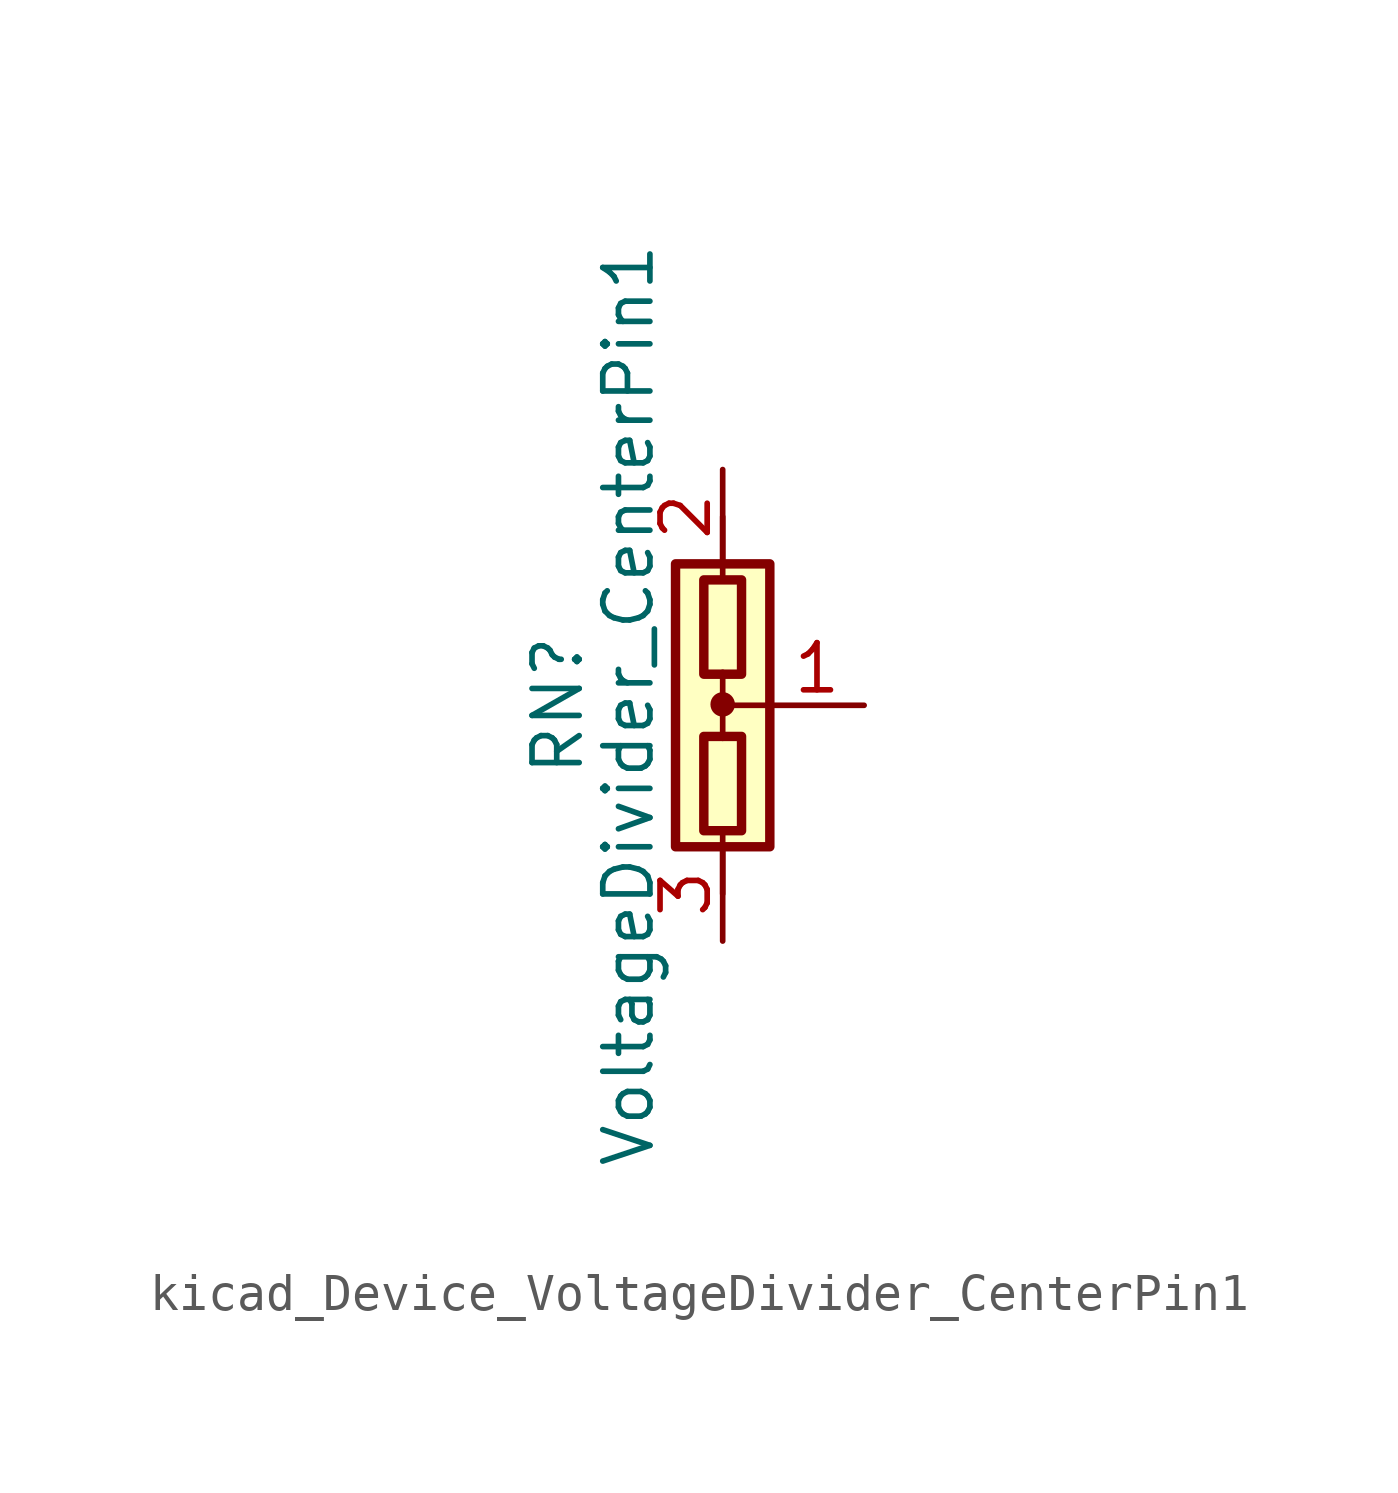
<source format=kicad_sym>
(kicad_symbol_lib
  (version 20220914)
  (generator kicad_symbol_editor)
  (symbol "kicad_Device_VoltageDivider_CenterPin1"
    (pin_names
      (offset 0) hide)
    (property "Reference" "RN"
      (at -4.445 0 90)
      (effects (font (size 1.27 1.27))))
    (property "Value" "VoltageDivider_CenterPin1"
      (at -2.54 0 90)
      (effects (font (size 1.27 1.27))))
    (symbol "kicad_Device_VoltageDivider_CenterPin1_0_1"
      (rectangle (start -1.27 -3.81) (end 1.27 3.81) (stroke (width 0.254) (type default)) (fill (type background)))
      (rectangle (start -0.508 -3.378) (end 0.508 -0.838) (stroke (width 0.254) (type default)) (fill (type none)))
      (rectangle (start -0.508 3.378) (end 0.508 0.838) (stroke (width 0.254) (type default)) (fill (type none)))
      (polyline (pts (xy 0 -5.08) (xy 0 -3.429)) (stroke (width 0) (type default)) (fill (type none)))
      (polyline (pts (xy 0 0.889) (xy 0 -0.889)) (stroke (width 0) (type default)) (fill (type none)))
      (polyline (pts (xy 0 5.08) (xy 0 3.378)) (stroke (width 0) (type default)) (fill (type none)))
      (polyline (pts (xy 1.27 0) (xy 0 0)) (stroke (width 0) (type default)) (fill (type none)))
      (circle (center 0 0.025) (radius 0.254) (stroke (width 0) (type default)) (fill (type outline))))
    (symbol "kicad_Device_VoltageDivider_CenterPin1_1_1"
      (pin passive line (at 3.81 0 180) (length 2.54) (name "~" (effects (font (size 1.27 1.27)))) (number "1" (effects (font (size 1.27 1.27)))))
      (pin passive line (at 0 6.35 270) (length 2.54) (name "~" (effects (font (size 1.27 1.27)))) (number "2" (effects (font (size 1.27 1.27)))))
      (pin passive line (at 0 -6.35 90) (length 2.54) (name "~" (effects (font (size 1.27 1.27)))) (number "3" (effects (font (size 1.27 1.27))))))))
</source>
